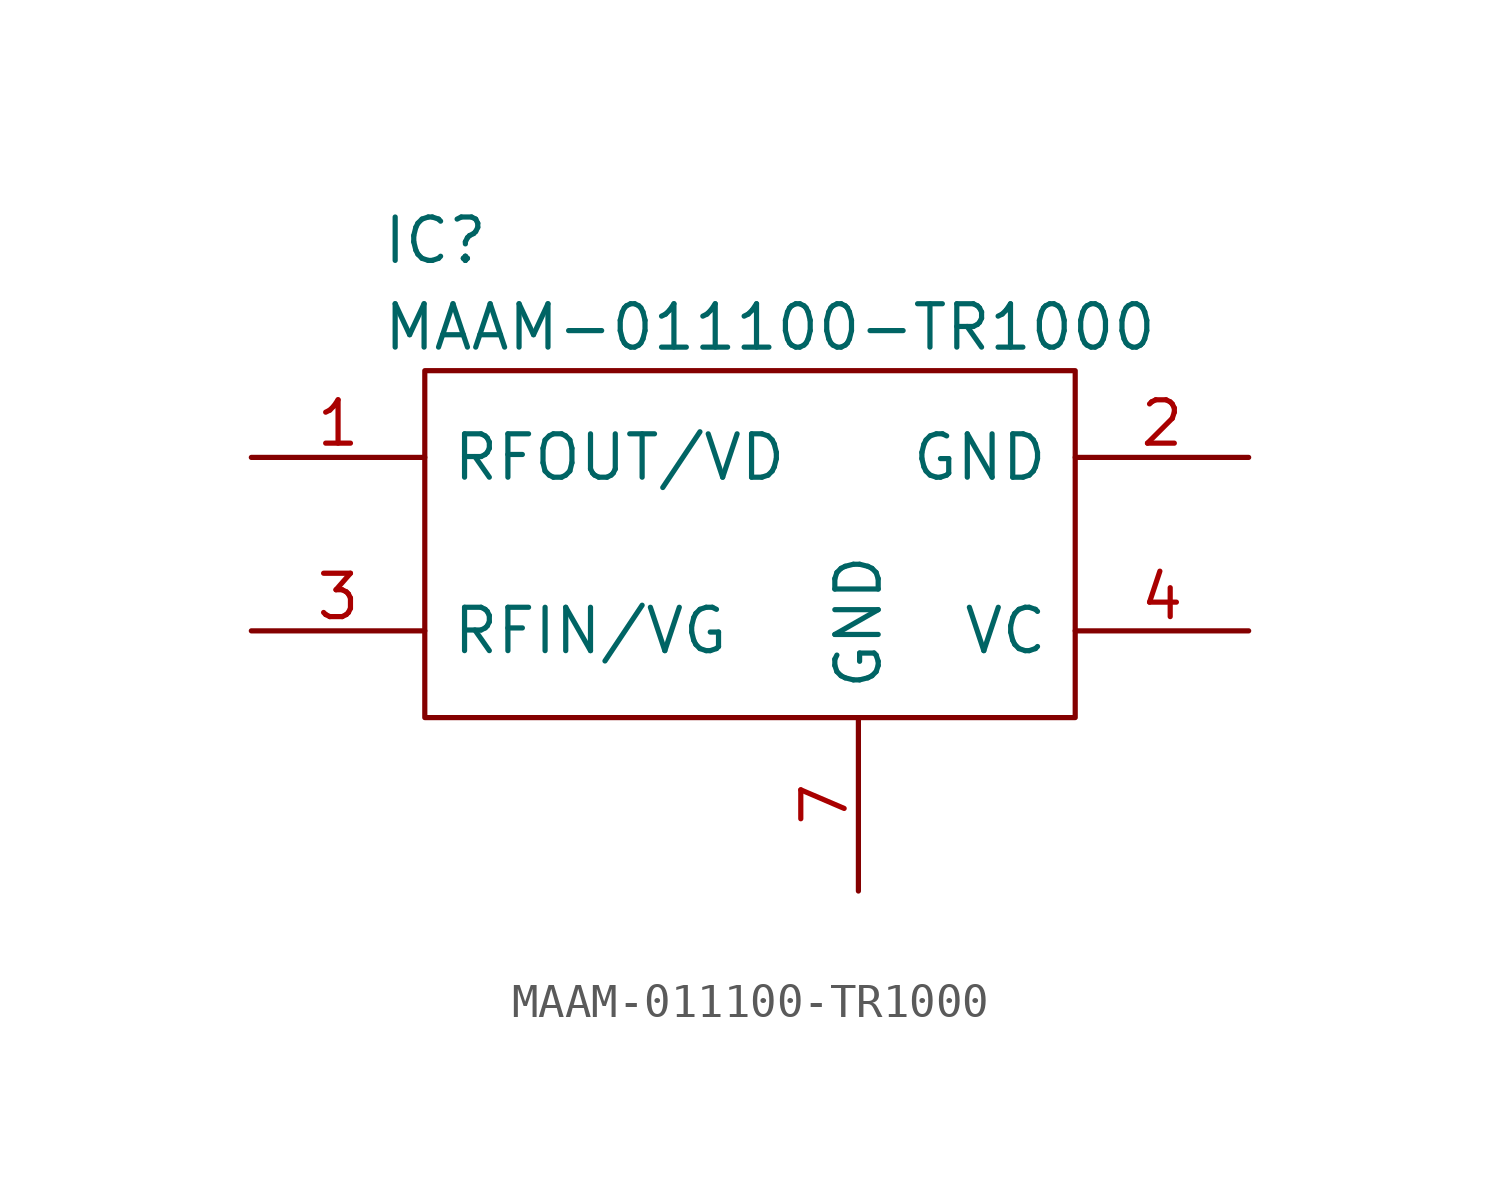
<source format=kicad_sym>
(kicad_symbol_lib
  (version 20211014)
  (generator kicad_symbol_editor)
  (symbol "MAAM-011100-TR1000"
    (pin_names
      (offset 0.762))
    (property "Reference" "IC"
      (at 3.81 6.35 0)
      (effects (font (size 1.27 1.27)) (justify left)))
    (property "Value" "MAAM-011100-TR1000"
      (at 3.81 3.81 0)
      (effects (font (size 1.27 1.27)) (justify left)))
    (symbol "MAAM-011100-TR1000_0_0"
      (pin bidirectional line (at 0 0 0) (length 5.08) (name "RFOUT/VD" (effects (font (size 1.27 1.27)))) (number "1" (effects (font (size 1.27 1.27)))))
      (pin power_in line (at 29.21 0 180) (length 5.08) (name "GND" (effects (font (size 1.27 1.27)))) (number "2" (effects (font (size 1.27 1.27)))))
      (pin bidirectional line (at 0 -5.08 0) (length 5.08) (name "RFIN/VG" (effects (font (size 1.27 1.27)))) (number "3" (effects (font (size 1.27 1.27)))))
      (pin input line (at 29.21 -5.08 180) (length 5.08) (name "VC" (effects (font (size 1.27 1.27)))) (number "4" (effects (font (size 1.27 1.27)))))
      (pin passive line (at 29.21 0 180) (length 5.08) hide (name "GND" (effects (font (size 1.27 1.27)))) (number "5" (effects (font (size 1.27 1.27)))))
      (pin passive line (at 29.21 0 180) (length 5.08) hide (name "GND" (effects (font (size 1.27 1.27)))) (number "6" (effects (font (size 1.27 1.27)))))
      (pin power_in line (at 17.78 -12.7 90) (length 5.08) (name "GND" (effects (font (size 1.27 1.27)))) (number "7" (effects (font (size 1.27 1.27))))))
    (symbol "MAAM-011100-TR1000_0_1"
      (polyline (pts (xy 5.08 2.54) (xy 24.13 2.54) (xy 24.13 -7.62) (xy 5.08 -7.62) (xy 5.08 2.54)) (stroke (width 0.152) (type default) (color 0 0 0 0)) (fill (type none))))))
</source>
